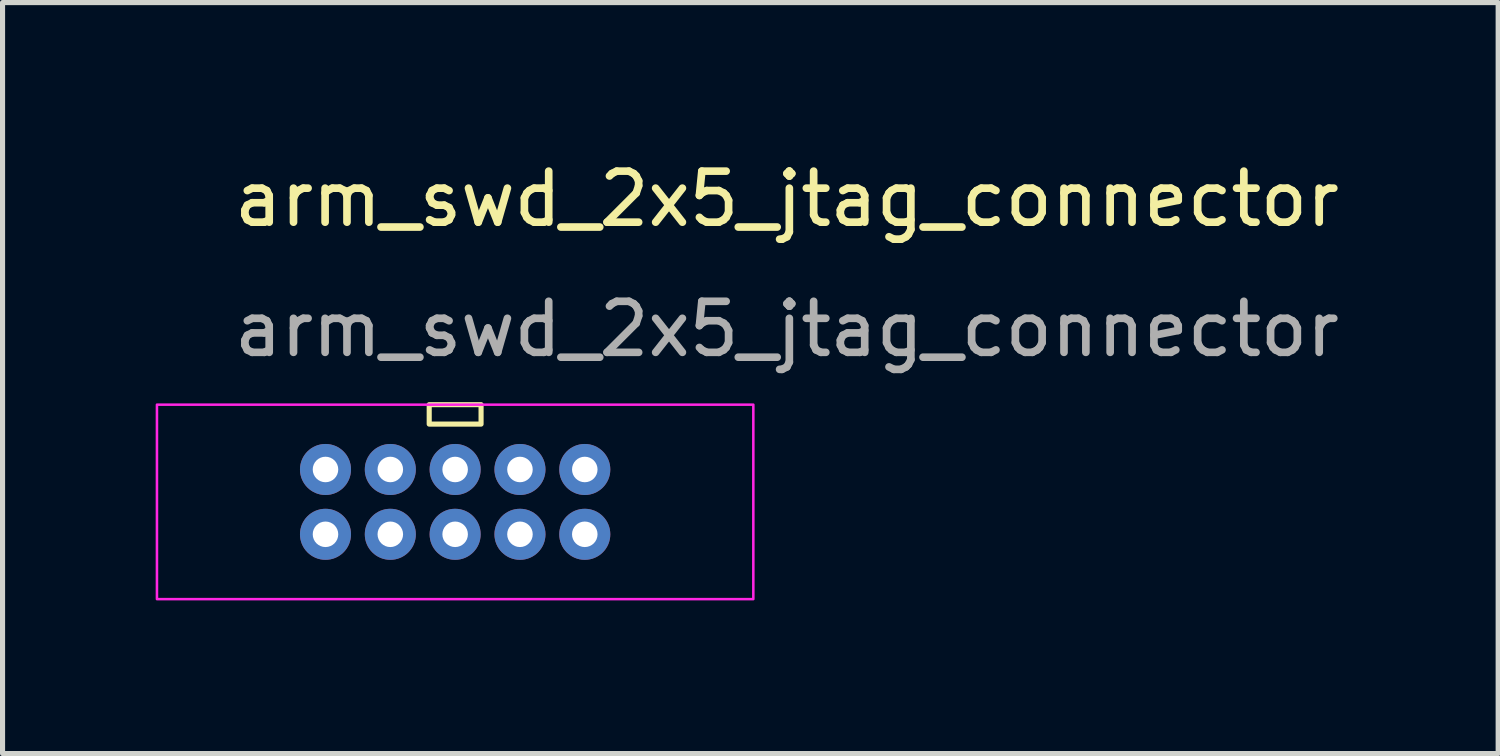
<source format=kicad_pcb>
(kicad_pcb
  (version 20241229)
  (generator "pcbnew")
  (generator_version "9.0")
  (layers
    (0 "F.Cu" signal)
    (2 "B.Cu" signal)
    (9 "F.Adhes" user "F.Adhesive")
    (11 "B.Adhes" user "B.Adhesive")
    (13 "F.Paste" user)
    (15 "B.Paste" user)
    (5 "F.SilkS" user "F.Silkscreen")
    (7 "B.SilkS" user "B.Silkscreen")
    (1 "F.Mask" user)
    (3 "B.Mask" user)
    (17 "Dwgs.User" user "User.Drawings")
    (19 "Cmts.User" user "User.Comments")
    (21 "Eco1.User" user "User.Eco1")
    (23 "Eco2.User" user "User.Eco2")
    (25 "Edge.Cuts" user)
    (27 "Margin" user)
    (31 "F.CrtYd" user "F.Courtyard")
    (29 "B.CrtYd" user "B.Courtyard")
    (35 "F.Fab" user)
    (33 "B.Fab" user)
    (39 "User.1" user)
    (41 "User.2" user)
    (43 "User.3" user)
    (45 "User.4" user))
  (footprint "arm_swd_2x5_jtag_connector"
    (layer "F.Cu")
    (at 5.867 6.148)
    (property "Reference" "arm_swd_2x5_jtag_connector" (at 6.5 -5.3 0) (layer "F.SilkS") (effects (font (size 1 1) (thickness 0.15))))
    (attr through_hole)
    (fp_rect (start -0.508 -1.27) (end 0.508 -0.889) (stroke (width 0.1) (type solid)) (fill no) (layer "F.SilkS"))
    (fp_rect (start -5.842 -1.27) (end 5.842 2.54) (stroke (width 0.05) (type solid)) (fill no) (layer "F.CrtYd"))
    (fp_text user "${REFERENCE}" (at 6.5 -2.75 0) (layer "F.Fab") (effects (font (size 1 1) (thickness 0.15))))
    (pad "1" thru_hole circle (at 2.54 0 90) (size 1 1) (drill 0.5) (layers "*.Cu" "*.Mask"))
    (pad "2" thru_hole circle (at 2.54 1.27 90) (size 1 1) (drill 0.5) (layers "*.Cu" "*.Mask"))
    (pad "3" thru_hole circle (at 1.27 0 90) (size 1 1) (drill 0.5) (layers "*.Cu" "*.Mask"))
    (pad "4" thru_hole circle (at 1.27 1.27 90) (size 1 1) (drill 0.5) (layers "*.Cu" "*.Mask"))
    (pad "5" thru_hole circle (at 0 0 90) (size 1 1) (drill 0.5) (layers "*.Cu" "*.Mask"))
    (pad "6" thru_hole circle (at 0 1.27 90) (size 1 1) (drill 0.5) (layers "*.Cu" "*.Mask"))
    (pad "7" thru_hole circle (at -1.27 0 90) (size 1 1) (drill 0.5) (layers "*.Cu" "*.Mask"))
    (pad "8" thru_hole circle (at -1.27 1.27 90) (size 1 1) (drill 0.5) (layers "*.Cu" "*.Mask"))
    (pad "9" thru_hole circle (at -2.54 0 90) (size 1 1) (drill 0.5) (layers "*.Cu" "*.Mask"))
    (pad "10" thru_hole circle (at -2.54 1.27 90) (size 1 1) (drill 0.5) (layers "*.Cu" "*.Mask")))
  (gr_rect
    (start -3 -3)
    (end 26.302 11.713)
    (stroke (width 0.1) (type default))
    (fill no)
    (layer "Edge.Cuts")))
</source>
